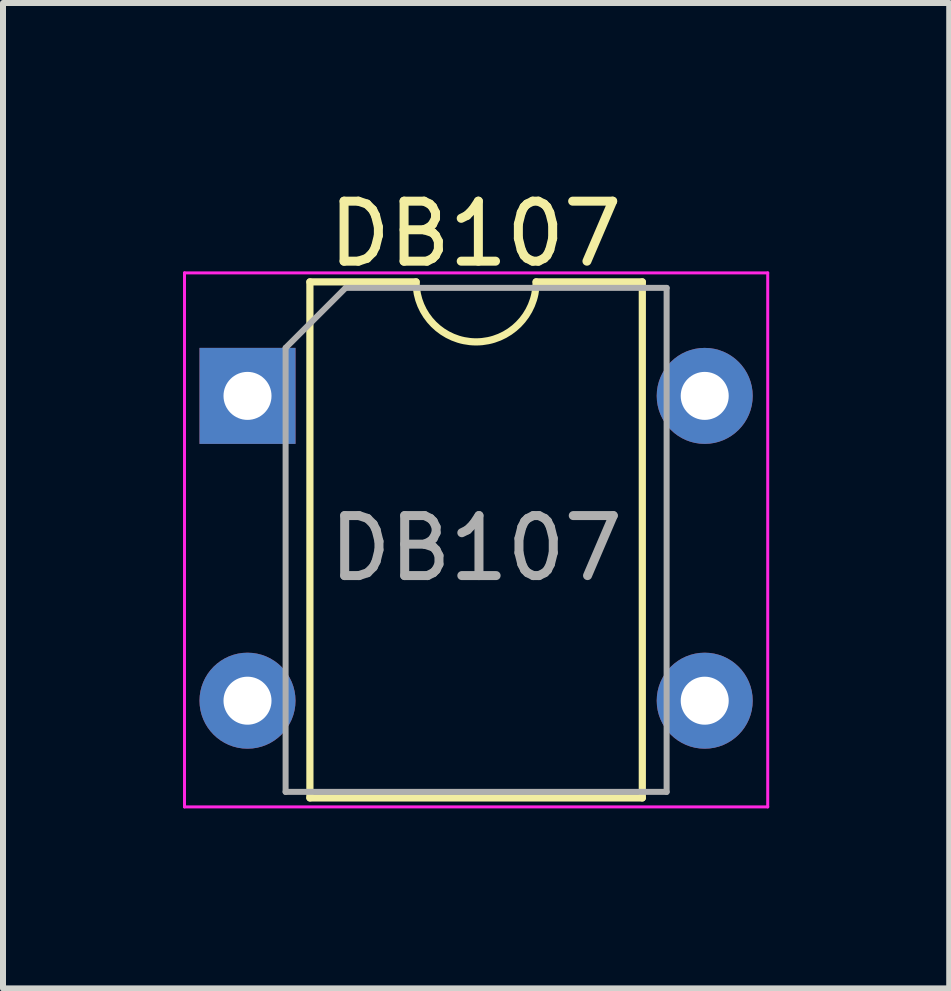
<source format=kicad_pcb>
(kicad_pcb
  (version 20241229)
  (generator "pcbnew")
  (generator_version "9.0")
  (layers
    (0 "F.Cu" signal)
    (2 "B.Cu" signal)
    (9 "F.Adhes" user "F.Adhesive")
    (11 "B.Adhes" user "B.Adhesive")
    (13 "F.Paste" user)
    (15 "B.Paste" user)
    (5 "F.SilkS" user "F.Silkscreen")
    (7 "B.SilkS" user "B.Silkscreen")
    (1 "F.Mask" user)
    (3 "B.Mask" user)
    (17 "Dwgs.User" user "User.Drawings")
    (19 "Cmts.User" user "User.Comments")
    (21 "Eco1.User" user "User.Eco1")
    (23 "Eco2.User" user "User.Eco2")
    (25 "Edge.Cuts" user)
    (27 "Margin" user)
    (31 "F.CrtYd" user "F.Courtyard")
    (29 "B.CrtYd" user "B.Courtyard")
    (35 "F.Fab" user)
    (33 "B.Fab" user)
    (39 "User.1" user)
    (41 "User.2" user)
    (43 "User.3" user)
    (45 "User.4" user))
  (footprint "DB107"
    (layer "F.Cu")
    (at 1.075 3.548)
    (property "Reference" "DB107" (at 3.8 -2.7 0) (layer "F.SilkS") (effects (font (size 1 1) (thickness 0.15))))
    (attr through_hole)
    (fp_line (start 1.04 -1.9) (end 1.04 6.7) (stroke (width 0.12) (type solid)) (layer "F.SilkS"))
    (fp_line (start 1.04 6.7) (end 6.58 6.7) (stroke (width 0.12) (type solid)) (layer "F.SilkS"))
    (fp_line (start 2.81 -1.9) (end 1.04 -1.9) (stroke (width 0.12) (type solid)) (layer "F.SilkS"))
    (fp_line (start 6.58 -1.9) (end 4.81 -1.9) (stroke (width 0.12) (type solid)) (layer "F.SilkS"))
    (fp_line (start 6.58 6.7) (end 6.58 -1.9) (stroke (width 0.12) (type solid)) (layer "F.SilkS"))
    (fp_arc (start 4.81 -1.9) (mid 3.81 -0.9) (end 2.81 -1.9) (stroke (width 0.12) (type solid)) (layer "F.SilkS"))
    (fp_line (start -1.05 -2.05) (end -1.05 6.85) (stroke (width 0.05) (type solid)) (layer "F.CrtYd"))
    (fp_line (start -1.05 -2.05) (end 8.67 -2.05) (stroke (width 0.05) (type solid)) (layer "F.CrtYd"))
    (fp_line (start 8.67 6.85) (end -1.05 6.85) (stroke (width 0.05) (type solid)) (layer "F.CrtYd"))
    (fp_line (start 8.67 6.85) (end 8.67 -2.05) (stroke (width 0.05) (type solid)) (layer "F.CrtYd"))
    (fp_line (start 0.635 -0.8) (end 1.635 -1.8) (stroke (width 0.1) (type solid)) (layer "F.Fab"))
    (fp_line (start 0.635 6.6) (end 0.635 -0.8) (stroke (width 0.1) (type solid)) (layer "F.Fab"))
    (fp_line (start 1.635 -1.8) (end 6.985 -1.8) (stroke (width 0.1) (type solid)) (layer "F.Fab"))
    (fp_line (start 6.985 -1.8) (end 6.985 6.6) (stroke (width 0.1) (type solid)) (layer "F.Fab"))
    (fp_line (start 6.985 6.6) (end 0.635 6.6) (stroke (width 0.1) (type solid)) (layer "F.Fab"))
    (fp_text user "${REFERENCE}" (at 3.81 2.54 0) (layer "F.Fab") (effects (font (size 1 1) (thickness 0.15))))
    (pad "1" thru_hole rect (at 0 0) (size 1.6 1.6) (drill 0.8) (layers "*.Cu" "*.Mask"))
    (pad "2" thru_hole oval (at 0 5.08) (size 1.6 1.6) (drill 0.8) (layers "*.Cu" "*.Mask"))
    (pad "3" thru_hole oval (at 7.62 5.08) (size 1.6 1.6) (drill 0.8) (layers "*.Cu" "*.Mask"))
    (pad "4" thru_hole oval (at 7.62 0) (size 1.6 1.6) (drill 0.8) (layers "*.Cu" "*.Mask")))
  (gr_rect
    (start -3 -3)
    (end 12.77 13.423)
    (stroke (width 0.1) (type default))
    (fill no)
    (layer "Edge.Cuts")))
</source>
